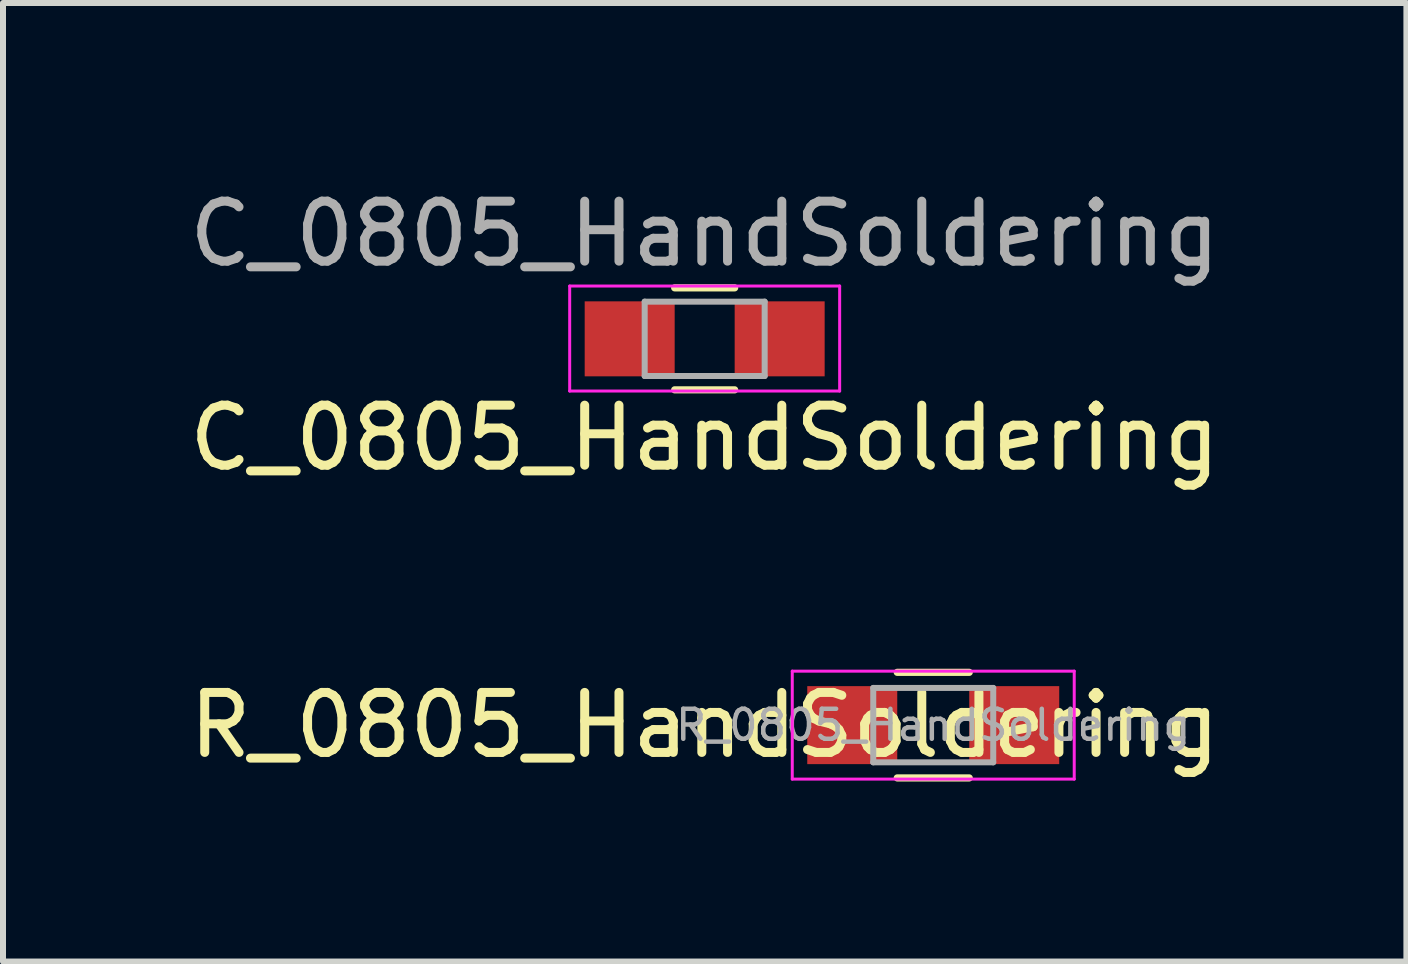
<source format=kicad_pcb>
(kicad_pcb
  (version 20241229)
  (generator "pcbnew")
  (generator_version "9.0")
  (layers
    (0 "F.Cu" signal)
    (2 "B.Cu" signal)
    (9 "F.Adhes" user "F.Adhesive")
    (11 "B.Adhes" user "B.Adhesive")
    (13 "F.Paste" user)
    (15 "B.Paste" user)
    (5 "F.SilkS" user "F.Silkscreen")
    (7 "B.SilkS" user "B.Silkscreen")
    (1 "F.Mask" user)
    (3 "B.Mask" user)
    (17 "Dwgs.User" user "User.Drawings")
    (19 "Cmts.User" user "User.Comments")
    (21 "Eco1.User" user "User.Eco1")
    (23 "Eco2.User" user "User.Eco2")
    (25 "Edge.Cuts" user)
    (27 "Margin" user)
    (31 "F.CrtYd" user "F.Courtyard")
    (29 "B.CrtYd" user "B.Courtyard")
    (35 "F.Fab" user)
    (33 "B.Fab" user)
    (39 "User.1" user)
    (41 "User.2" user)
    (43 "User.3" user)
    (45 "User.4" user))
  (footprint "R_0805_HandSoldering"
    (layer "F.Cu")
    (at 12.506 9.037)
    (property "Reference" "R_0805_HandSoldering" (at -3.81 0 0) (layer "F.SilkS") (effects (font (size 1 1) (thickness 0.15))))
    (attr smd)
    (fp_line (start -0.6 -0.88) (end 0.6 -0.88) (stroke (width 0.12) (type solid)) (layer "F.SilkS"))
    (fp_line (start 0.6 0.88) (end -0.6 0.88) (stroke (width 0.12) (type solid)) (layer "F.SilkS"))
    (fp_line (start -2.35 -0.9) (end -2.35 0.9) (stroke (width 0.05) (type solid)) (layer "F.CrtYd"))
    (fp_line (start -2.35 -0.9) (end 2.35 -0.9) (stroke (width 0.05) (type solid)) (layer "F.CrtYd"))
    (fp_line (start 2.35 0.9) (end -2.35 0.9) (stroke (width 0.05) (type solid)) (layer "F.CrtYd"))
    (fp_line (start 2.35 0.9) (end 2.35 -0.9) (stroke (width 0.05) (type solid)) (layer "F.CrtYd"))
    (fp_line (start -1 -0.62) (end 1 -0.62) (stroke (width 0.1) (type solid)) (layer "F.Fab"))
    (fp_line (start -1 0.62) (end -1 -0.62) (stroke (width 0.1) (type solid)) (layer "F.Fab"))
    (fp_line (start 1 -0.62) (end 1 0.62) (stroke (width 0.1) (type solid)) (layer "F.Fab"))
    (fp_line (start 1 0.62) (end -1 0.62) (stroke (width 0.1) (type solid)) (layer "F.Fab"))
    (fp_text user "${REFERENCE}" (at 0 0 0) (layer "F.Fab") (effects (font (size 0.5 0.5) (thickness 0.075))))
    (pad "1" smd rect (at -1.35 0) (size 1.5 1.3) (layers "F.Cu" "F.Mask" "F.Paste"))
    (pad "2" smd rect (at 1.35 0) (size 1.5 1.3) (layers "F.Cu" "F.Mask" "F.Paste")))
  (footprint "C_0805_HandSoldering"
    (layer "F.Cu")
    (at 8.696 2.598)
    (property "Reference" "C_0805_HandSoldering" (at 0 1.651 0) (layer "F.SilkS") (effects (font (size 1 1) (thickness 0.15))))
    (attr smd)
    (fp_line (start -0.5 0.85) (end 0.5 0.85) (stroke (width 0.12) (type solid)) (layer "F.SilkS"))
    (fp_line (start 0.5 -0.85) (end -0.5 -0.85) (stroke (width 0.12) (type solid)) (layer "F.SilkS"))
    (fp_line (start -2.25 -0.88) (end -2.25 0.87) (stroke (width 0.05) (type solid)) (layer "F.CrtYd"))
    (fp_line (start -2.25 -0.88) (end 2.25 -0.88) (stroke (width 0.05) (type solid)) (layer "F.CrtYd"))
    (fp_line (start 2.25 0.87) (end -2.25 0.87) (stroke (width 0.05) (type solid)) (layer "F.CrtYd"))
    (fp_line (start 2.25 0.87) (end 2.25 -0.88) (stroke (width 0.05) (type solid)) (layer "F.CrtYd"))
    (fp_line (start -1 -0.62) (end 1 -0.62) (stroke (width 0.1) (type solid)) (layer "F.Fab"))
    (fp_line (start -1 0.62) (end -1 -0.62) (stroke (width 0.1) (type solid)) (layer "F.Fab"))
    (fp_line (start 1 -0.62) (end 1 0.62) (stroke (width 0.1) (type solid)) (layer "F.Fab"))
    (fp_line (start 1 0.62) (end -1 0.62) (stroke (width 0.1) (type solid)) (layer "F.Fab"))
    (fp_text user "${REFERENCE}" (at 0 -1.75 0) (layer "F.Fab") (effects (font (size 1 1) (thickness 0.15))))
    (pad "1" smd rect (at -1.25 0) (size 1.5 1.25) (layers "F.Cu" "F.Mask" "F.Paste"))
    (pad "2" smd rect (at 1.25 0) (size 1.5 1.25) (layers "F.Cu" "F.Mask" "F.Paste")))
  (gr_rect
    (start -3 -3)
    (end 20.393 12.977)
    (stroke (width 0.1) (type default))
    (fill no)
    (layer "Edge.Cuts")))
</source>
